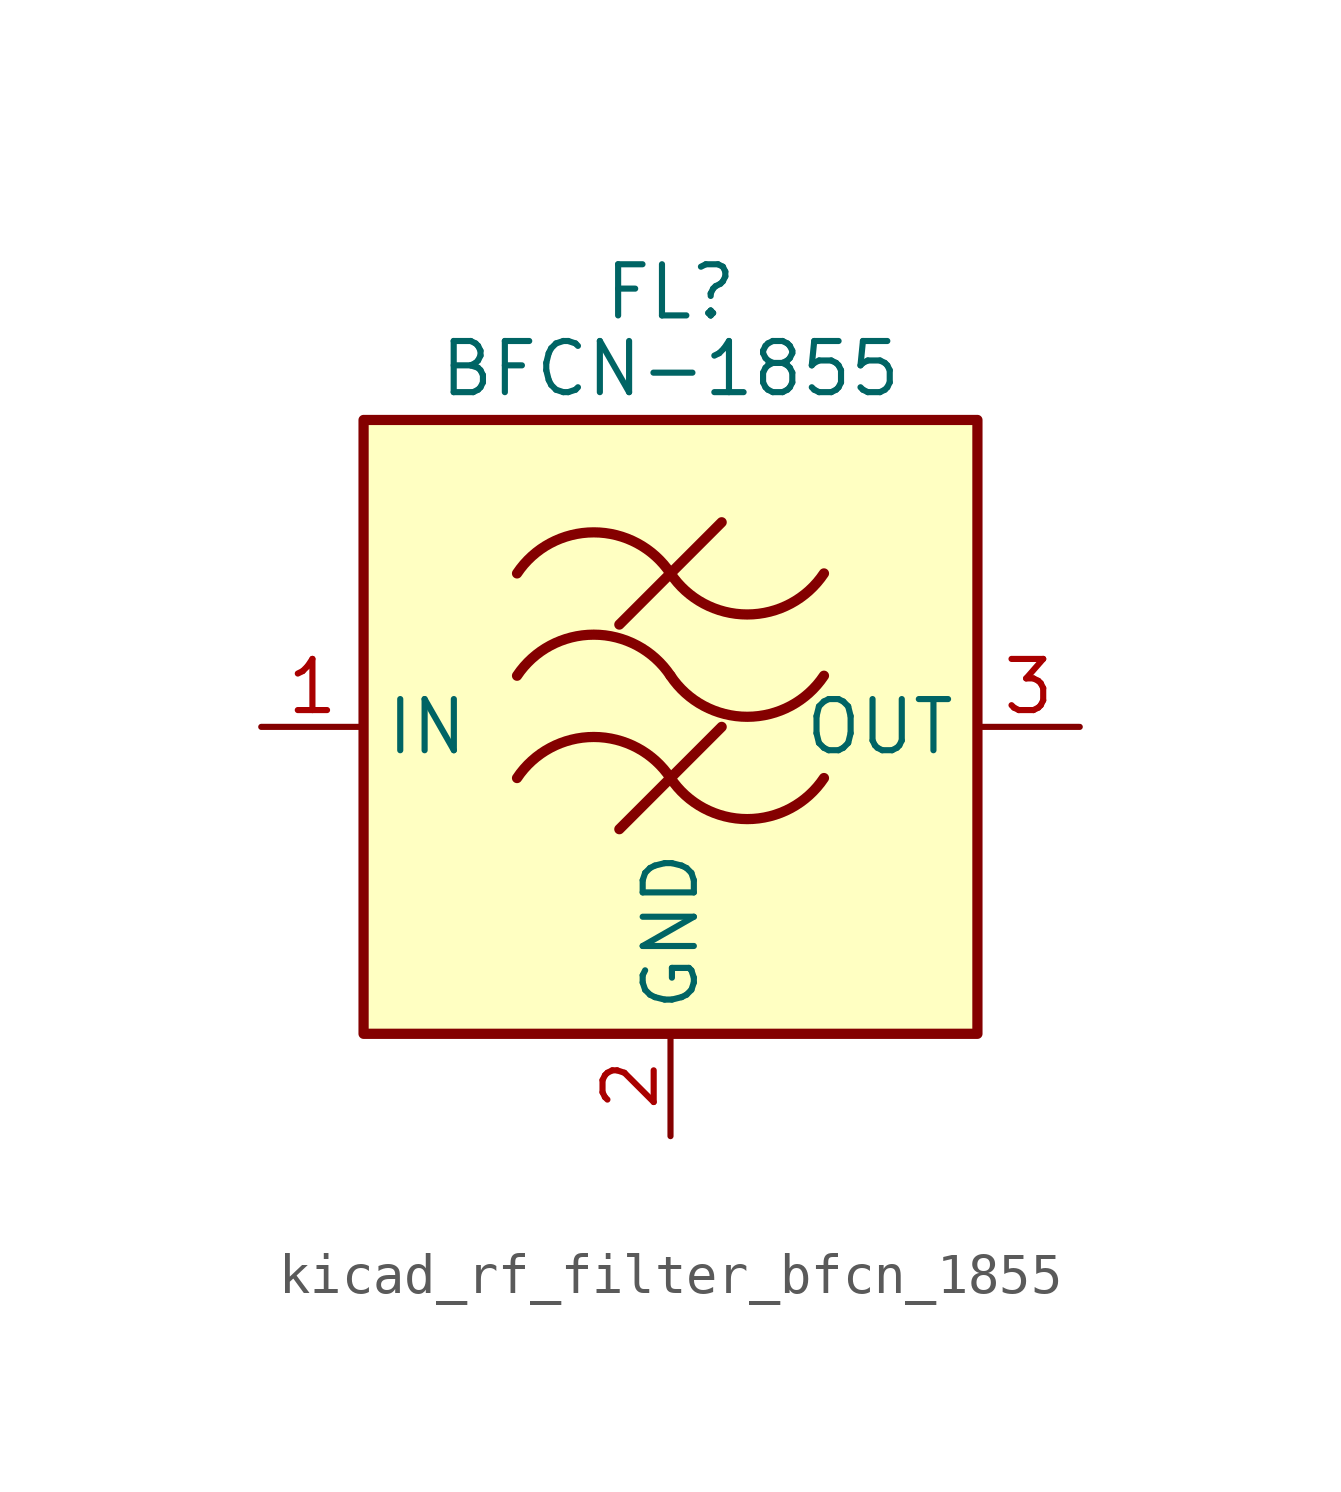
<source format=kicad_sym>
(kicad_symbol_lib
  (version 20220914)
  (generator kicad_symbol_editor)
  (symbol "kicad_rf_filter_bfcn_1855"
    (property "Reference" "FL"
      (at 0 10.795 0)
      (effects (font (size 1.27 1.27))))
    (property "Value" "BFCN-1855"
      (at 0 8.89 0)
      (effects (font (size 1.27 1.27))))
    (symbol "kicad_rf_filter_bfcn_1855_0_1"
      (rectangle (start -7.62 7.62) (end 7.62 -7.62) (stroke (width 0.254) (type default)) (fill (type background)))
      (arc (start 0 -1.27) (mid -1.905 -0.2505) (end -3.81 -1.27) (stroke (width 0.254) (type default)) (fill (type none)))
      (arc (start 0 -1.27) (mid 1.905 -2.2895) (end 3.81 -1.27) (stroke (width 0.254) (type default)) (fill (type none)))
      (polyline (pts (xy -1.27 -2.54) (xy 1.27 0)) (stroke (width 0.254) (type default)) (fill (type none)))
      (polyline (pts (xy -1.27 2.54) (xy 1.27 5.08)) (stroke (width 0.254) (type default)) (fill (type none)))
      (arc (start 0 1.27) (mid -1.905 2.2895) (end -3.81 1.27) (stroke (width 0.254) (type default)) (fill (type none)))
      (arc (start 0 1.27) (mid 1.905 0.2505) (end 3.81 1.27) (stroke (width 0.254) (type default)) (fill (type none)))
      (arc (start 0 3.81) (mid -1.905 4.8295) (end -3.81 3.81) (stroke (width 0.254) (type default)) (fill (type none)))
      (arc (start 0 3.81) (mid 1.905 2.7905) (end 3.81 3.81) (stroke (width 0.254) (type default)) (fill (type none))))
    (symbol "kicad_rf_filter_bfcn_1855_1_1"
      (pin passive line (at -10.16 0 0) (length 2.54) (name "IN" (effects (font (size 1.27 1.27)))) (number "1" (effects (font (size 1.27 1.27)))))
      (pin passive line (at 0 -10.16 90) (length 2.54) (name "GND" (effects (font (size 1.27 1.27)))) (number "2" (effects (font (size 1.27 1.27)))))
      (pin passive line (at 10.16 0 180) (length 2.54) (name "OUT" (effects (font (size 1.27 1.27)))) (number "3" (effects (font (size 1.27 1.27)))))
      (pin passive line (at 0 -10.16 90) (length 2.54) hide (name "GND" (effects (font (size 1.27 1.27)))) (number "4" (effects (font (size 1.27 1.27))))))))
</source>
